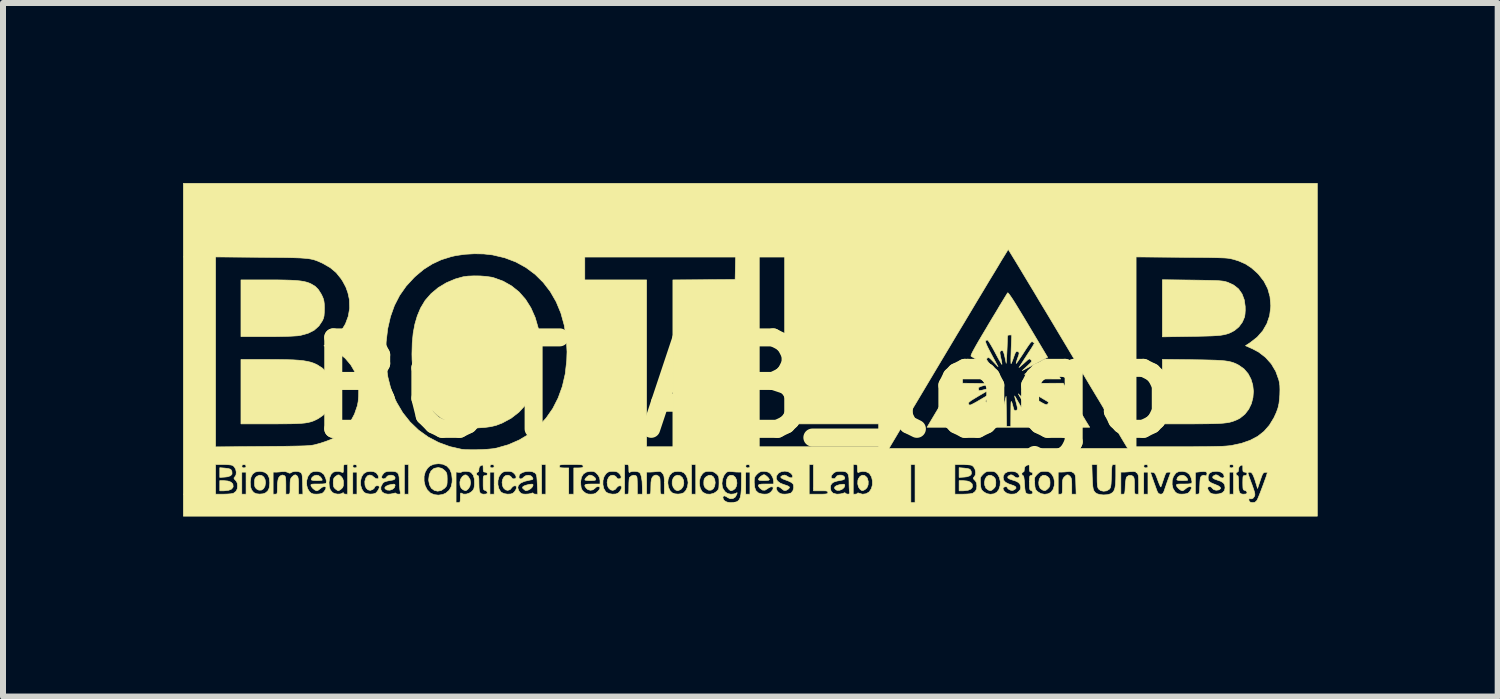
<source format=kicad_pcb>
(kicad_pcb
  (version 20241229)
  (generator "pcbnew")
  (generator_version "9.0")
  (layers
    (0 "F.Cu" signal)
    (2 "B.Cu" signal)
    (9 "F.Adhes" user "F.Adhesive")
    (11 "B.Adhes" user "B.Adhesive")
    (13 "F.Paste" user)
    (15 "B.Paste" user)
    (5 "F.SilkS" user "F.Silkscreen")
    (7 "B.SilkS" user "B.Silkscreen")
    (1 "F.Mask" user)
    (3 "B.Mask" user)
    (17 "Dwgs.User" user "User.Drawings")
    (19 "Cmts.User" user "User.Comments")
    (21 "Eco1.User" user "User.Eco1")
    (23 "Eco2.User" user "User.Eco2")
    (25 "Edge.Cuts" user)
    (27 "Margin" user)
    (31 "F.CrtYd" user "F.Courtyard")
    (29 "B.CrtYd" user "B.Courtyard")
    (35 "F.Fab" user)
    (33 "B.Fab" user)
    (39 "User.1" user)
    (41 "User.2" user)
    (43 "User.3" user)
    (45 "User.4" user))
  (footprint "BOTLAB_logo"
    (layer "F.Cu")
    (at 9.361 3.406)
    (property "Reference" "BOTLAB_logo" (at 0 0 0) (layer "F.SilkS") (effects (font (size 1.524 1.524) (thickness 0.3))))
    (attr through_hole)
    (fp_poly (pts (xy -8.663 1.344) (xy -8.609 1.351) (xy -8.577 1.36) (xy -8.558 1.375) (xy -8.547 1.401) (xy -8.546 1.405) (xy -8.545 1.443) (xy -8.569 1.471) (xy -8.62 1.488) (xy -8.662 1.493) (xy -8.749 1.499) (xy -8.749 1.337) (xy -8.663 1.344)) (stroke (width 0.01) (type solid)) (fill yes) (layer "F.SilkS"))
    (fp_poly (pts (xy -8.614 1.559) (xy -8.561 1.578) (xy -8.531 1.609) (xy -8.526 1.65) (xy -8.529 1.663) (xy -8.553 1.693) (xy -8.6 1.713) (xy -8.667 1.721) (xy -8.679 1.722) (xy -8.749 1.722) (xy -8.749 1.552) (xy -8.687 1.552) (xy -8.614 1.559)) (stroke (width 0.01) (type solid)) (fill yes) (layer "F.SilkS"))
    (fp_poly (pts (xy 3.656 1.344) (xy 3.71 1.351) (xy 3.742 1.36) (xy 3.761 1.375) (xy 3.772 1.401) (xy 3.773 1.405) (xy 3.774 1.443) (xy 3.75 1.471) (xy 3.699 1.488) (xy 3.657 1.493) (xy 3.57 1.499) (xy 3.57 1.337) (xy 3.656 1.344)) (stroke (width 0.01) (type solid)) (fill yes) (layer "F.SilkS"))
    (fp_poly (pts (xy 3.705 1.559) (xy 3.758 1.578) (xy 3.788 1.609) (xy 3.793 1.65) (xy 3.79 1.663) (xy 3.766 1.693) (xy 3.719 1.713) (xy 3.652 1.721) (xy 3.64 1.722) (xy 3.57 1.722) (xy 3.57 1.552) (xy 3.632 1.552) (xy 3.705 1.559)) (stroke (width 0.01) (type solid)) (fill yes) (layer "F.SilkS"))
    (fp_poly (pts (xy -7.107 1.467) (xy -7.075 1.488) (xy -7.05 1.519) (xy -7.041 1.544) (xy -7.054 1.548) (xy -7.088 1.551) (xy -7.133 1.552) (xy -7.188 1.55) (xy -7.218 1.543) (xy -7.225 1.535) (xy -7.212 1.499) (xy -7.18 1.473) (xy -7.139 1.462) (xy -7.107 1.467)) (stroke (width 0.01) (type solid)) (fill yes) (layer "F.SilkS"))
    (fp_poly (pts (xy 7.315 1.467) (xy 7.347 1.488) (xy 7.372 1.519) (xy 7.38 1.544) (xy 7.367 1.548) (xy 7.334 1.551) (xy 7.288 1.552) (xy 7.233 1.55) (xy 7.204 1.543) (xy 7.197 1.535) (xy 7.21 1.499) (xy 7.241 1.473) (xy 7.283 1.462) (xy 7.315 1.467)) (stroke (width 0.01) (type solid)) (fill yes) (layer "F.SilkS"))
    (fp_poly (pts (xy -5.833 1.615) (xy -5.828 1.629) (xy -5.828 1.633) (xy -5.84 1.67) (xy -5.872 1.697) (xy -5.915 1.712) (xy -5.959 1.709) (xy -5.965 1.707) (xy -5.995 1.688) (xy -5.998 1.667) (xy -5.978 1.646) (xy -5.937 1.627) (xy -5.888 1.616) (xy -5.85 1.611) (xy -5.833 1.615)) (stroke (width 0.01) (type solid)) (fill yes) (layer "F.SilkS"))
    (fp_poly (pts (xy 1.658 1.615) (xy 1.665 1.627) (xy 1.665 1.634) (xy 1.653 1.668) (xy 1.621 1.696) (xy 1.58 1.713) (xy 1.539 1.714) (xy 1.52 1.707) (xy 1.496 1.683) (xy 1.497 1.659) (xy 1.523 1.638) (xy 1.57 1.622) (xy 1.598 1.617) (xy 1.639 1.612) (xy 1.658 1.615)) (stroke (width 0.01) (type solid)) (fill yes) (layer "F.SilkS"))
    (fp_poly (pts (xy -2.557 1.464) (xy -2.522 1.482) (xy -2.494 1.507) (xy -2.484 1.532) (xy -2.491 1.544) (xy -2.515 1.55) (xy -2.562 1.552) (xy -2.575 1.552) (xy -2.622 1.55) (xy -2.655 1.546) (xy -2.667 1.54) (xy -2.656 1.516) (xy -2.631 1.488) (xy -2.6 1.466) (xy -2.588 1.461) (xy -2.557 1.464)) (stroke (width 0.01) (type solid)) (fill yes) (layer "F.SilkS"))
    (fp_poly (pts (xy -0.56 1.465) (xy -0.525 1.489) (xy -0.502 1.533) (xy -0.494 1.587) (xy -0.503 1.646) (xy -0.527 1.688) (xy -0.562 1.711) (xy -0.604 1.711) (xy -0.644 1.688) (xy -0.67 1.66) (xy -0.682 1.628) (xy -0.684 1.587) (xy -0.681 1.542) (xy -0.668 1.511) (xy -0.644 1.487) (xy -0.601 1.464) (xy -0.56 1.465)) (stroke (width 0.01) (type solid)) (fill yes) (layer "F.SilkS"))
    (fp_poly (pts (xy 0.343 1.463) (xy 0.372 1.486) (xy 0.398 1.514) (xy 0.409 1.536) (xy 0.409 1.537) (xy 0.396 1.546) (xy 0.36 1.551) (xy 0.318 1.552) (xy 0.265 1.551) (xy 0.237 1.545) (xy 0.226 1.535) (xy 0.226 1.532) (xy 0.237 1.509) (xy 0.263 1.483) (xy 0.295 1.462) (xy 0.32 1.453) (xy 0.343 1.463)) (stroke (width 0.01) (type solid)) (fill yes) (layer "F.SilkS"))
    (fp_poly (pts (xy -8.049 1.467) (xy -8.015 1.493) (xy -7.993 1.538) (xy -7.987 1.587) (xy -7.996 1.645) (xy -8.02 1.687) (xy -8.055 1.71) (xy -8.097 1.711) (xy -8.133 1.693) (xy -8.155 1.671) (xy -8.167 1.644) (xy -8.17 1.603) (xy -8.17 1.587) (xy -8.168 1.54) (xy -8.16 1.511) (xy -8.14 1.489) (xy -8.133 1.482) (xy -8.09 1.462) (xy -8.049 1.467)) (stroke (width 0.01) (type solid)) (fill yes) (layer "F.SilkS"))
    (fp_poly (pts (xy -4.619 1.476) (xy -4.607 1.488) (xy -4.579 1.534) (xy -4.57 1.59) (xy -4.581 1.646) (xy -4.607 1.687) (xy -4.635 1.712) (xy -4.656 1.719) (xy -4.685 1.709) (xy -4.695 1.705) (xy -4.728 1.675) (xy -4.746 1.629) (xy -4.748 1.576) (xy -4.735 1.526) (xy -4.707 1.485) (xy -4.703 1.481) (xy -4.67 1.459) (xy -4.646 1.457) (xy -4.619 1.476)) (stroke (width 0.01) (type solid)) (fill yes) (layer "F.SilkS"))
    (fp_poly (pts (xy -3.533 1.613) (xy -3.532 1.614) (xy -3.53 1.633) (xy -3.544 1.661) (xy -3.569 1.687) (xy -3.599 1.705) (xy -3.599 1.706) (xy -3.632 1.717) (xy -3.65 1.719) (xy -3.665 1.711) (xy -3.683 1.696) (xy -3.704 1.676) (xy -3.703 1.661) (xy -3.693 1.649) (xy -3.67 1.637) (xy -3.633 1.625) (xy -3.591 1.615) (xy -3.554 1.611) (xy -3.533 1.613)) (stroke (width 0.01) (type solid)) (fill yes) (layer "F.SilkS"))
    (fp_poly (pts (xy -0.204 1.465) (xy -0.191 1.47) (xy -0.158 1.499) (xy -0.138 1.543) (xy -0.132 1.595) (xy -0.141 1.645) (xy -0.163 1.686) (xy -0.193 1.708) (xy -0.222 1.719) (xy -0.241 1.718) (xy -0.261 1.702) (xy -0.276 1.687) (xy -0.302 1.649) (xy -0.31 1.6) (xy -0.31 1.594) (xy -0.302 1.531) (xy -0.28 1.487) (xy -0.247 1.464) (xy -0.204 1.465)) (stroke (width 0.01) (type solid)) (fill yes) (layer "F.SilkS"))
    (fp_poly (pts (xy 1.996 1.467) (xy 2.03 1.496) (xy 2.04 1.511) (xy 2.056 1.566) (xy 2.054 1.622) (xy 2.034 1.671) (xy 1.999 1.704) (xy 1.995 1.705) (xy 1.967 1.718) (xy 1.95 1.718) (xy 1.93 1.705) (xy 1.92 1.697) (xy 1.894 1.659) (xy 1.881 1.607) (xy 1.883 1.551) (xy 1.891 1.523) (xy 1.92 1.481) (xy 1.957 1.462) (xy 1.996 1.467)) (stroke (width 0.01) (type solid)) (fill yes) (layer "F.SilkS"))
    (fp_poly (pts (xy 4.105 1.465) (xy 4.143 1.486) (xy 4.168 1.513) (xy 4.179 1.544) (xy 4.182 1.587) (xy 4.179 1.634) (xy 4.166 1.664) (xy 4.143 1.689) (xy 4.114 1.712) (xy 4.093 1.719) (xy 4.068 1.713) (xy 4.054 1.707) (xy 4.017 1.679) (xy 3.997 1.629) (xy 3.993 1.583) (xy 4.003 1.527) (xy 4.028 1.486) (xy 4.064 1.464) (xy 4.105 1.465)) (stroke (width 0.01) (type solid)) (fill yes) (layer "F.SilkS"))
    (fp_poly (pts (xy 5.008 1.465) (xy 5.046 1.486) (xy 5.071 1.513) (xy 5.082 1.544) (xy 5.085 1.587) (xy 5.082 1.634) (xy 5.069 1.664) (xy 5.046 1.689) (xy 5.017 1.712) (xy 4.996 1.719) (xy 4.971 1.713) (xy 4.957 1.707) (xy 4.92 1.679) (xy 4.9 1.629) (xy 4.897 1.583) (xy 4.906 1.527) (xy 4.931 1.486) (xy 4.967 1.464) (xy 5.008 1.465)) (stroke (width 0.01) (type solid)) (fill yes) (layer "F.SilkS"))
    (fp_poly (pts (xy -1.083 1.469) (xy -1.08 1.47) (xy -1.043 1.501) (xy -1.022 1.546) (xy -1.017 1.598) (xy -1.029 1.649) (xy -1.057 1.69) (xy -1.082 1.706) (xy -1.108 1.717) (xy -1.119 1.72) (xy -1.133 1.715) (xy -1.147 1.712) (xy -1.17 1.695) (xy -1.192 1.665) (xy -1.193 1.665) (xy -1.211 1.61) (xy -1.21 1.557) (xy -1.194 1.511) (xy -1.166 1.478) (xy -1.127 1.462) (xy -1.083 1.469)) (stroke (width 0.01) (type solid)) (fill yes) (layer "F.SilkS"))
    (fp_poly (pts (xy -5.049 1.348) (xy -5 1.385) (xy -4.979 1.41) (xy -4.967 1.434) (xy -4.962 1.467) (xy -4.96 1.518) (xy -4.96 1.532) (xy -4.961 1.587) (xy -4.965 1.622) (xy -4.975 1.647) (xy -4.994 1.669) (xy -5.002 1.678) (xy -5.059 1.717) (xy -5.119 1.728) (xy -5.174 1.715) (xy -5.222 1.68) (xy -5.254 1.623) (xy -5.268 1.551) (xy -5.268 1.531) (xy -5.258 1.453) (xy -5.229 1.392) (xy -5.184 1.352) (xy -5.172 1.347) (xy -5.108 1.334) (xy -5.049 1.348)) (stroke (width 0.01) (type solid)) (fill yes) (layer "F.SilkS"))
    (fp_poly (pts (xy -6.737 1.475) (xy -6.723 1.488) (xy -6.701 1.518) (xy -6.69 1.555) (xy -6.689 1.593) (xy -6.691 1.639) (xy -6.702 1.668) (xy -6.725 1.691) (xy -6.726 1.692) (xy -6.754 1.712) (xy -6.773 1.721) (xy -6.773 1.722) (xy -6.79 1.714) (xy -6.818 1.694) (xy -6.821 1.692) (xy -6.843 1.67) (xy -6.854 1.644) (xy -6.858 1.602) (xy -6.858 1.587) (xy -6.856 1.54) (xy -6.847 1.511) (xy -6.828 1.489) (xy -6.821 1.483) (xy -6.787 1.46) (xy -6.763 1.457) (xy -6.737 1.475)) (stroke (width 0.01) (type solid)) (fill yes) (layer "F.SilkS"))
    (fp_poly (pts (xy 5.17 -0.295) (xy 5.262 -0.141) (xy 4.963 -0.142) (xy 4.664 -0.144) (xy 4.773 -0.172) (xy 4.83 -0.189) (xy 4.864 -0.202) (xy 4.88 -0.216) (xy 4.882 -0.227) (xy 4.879 -0.248) (xy 4.865 -0.259) (xy 4.836 -0.258) (xy 4.787 -0.248) (xy 4.761 -0.241) (xy 4.713 -0.228) (xy 4.677 -0.22) (xy 4.66 -0.218) (xy 4.66 -0.218) (xy 4.67 -0.226) (xy 4.699 -0.243) (xy 4.744 -0.268) (xy 4.781 -0.287) (xy 4.847 -0.322) (xy 4.916 -0.358) (xy 4.975 -0.391) (xy 4.992 -0.4) (xy 5.078 -0.449) (xy 5.17 -0.295)) (stroke (width 0.01) (type solid)) (fill yes) (layer "F.SilkS"))
    (fp_poly (pts (xy -7.774 -0.465) (xy -7.641 -0.463) (xy -7.529 -0.46) (xy -7.436 -0.454) (xy -7.359 -0.446) (xy -7.294 -0.435) (xy -7.237 -0.422) (xy -7.186 -0.405) (xy -7.138 -0.384) (xy -7.13 -0.38) (xy -7.036 -0.32) (xy -6.963 -0.241) (xy -6.912 -0.144) (xy -6.882 -0.029) (xy -6.875 0.044) (xy -6.88 0.171) (xy -6.907 0.284) (xy -6.956 0.382) (xy -7.026 0.462) (xy -7.109 0.519) (xy -7.15 0.54) (xy -7.19 0.558) (xy -7.231 0.572) (xy -7.276 0.583) (xy -7.329 0.592) (xy -7.393 0.598) (xy -7.472 0.602) (xy -7.567 0.605) (xy -7.683 0.606) (xy -7.823 0.607) (xy -7.885 0.607) (xy -8.396 0.607) (xy -8.396 -0.466) (xy -7.932 -0.466) (xy -7.774 -0.465)) (stroke (width 0.01) (type solid)) (fill yes) (layer "F.SilkS"))
    (fp_poly (pts (xy 7.468 -0.462) (xy 7.618 -0.46) (xy 7.743 -0.457) (xy 7.846 -0.454) (xy 7.93 -0.449) (xy 7.999 -0.443) (xy 8.055 -0.435) (xy 8.103 -0.424) (xy 8.144 -0.411) (xy 8.183 -0.395) (xy 8.222 -0.375) (xy 8.231 -0.37) (xy 8.317 -0.309) (xy 8.385 -0.23) (xy 8.433 -0.139) (xy 8.463 -0.04) (xy 8.474 0.064) (xy 8.466 0.169) (xy 8.44 0.27) (xy 8.395 0.363) (xy 8.333 0.444) (xy 8.252 0.51) (xy 8.206 0.535) (xy 8.165 0.552) (xy 8.125 0.567) (xy 8.081 0.579) (xy 8.031 0.588) (xy 7.97 0.595) (xy 7.897 0.6) (xy 7.808 0.603) (xy 7.7 0.605) (xy 7.569 0.606) (xy 7.454 0.607) (xy 6.957 0.607) (xy 6.957 -0.468) (xy 7.468 -0.462)) (stroke (width 0.01) (type solid)) (fill yes) (layer "F.SilkS"))
    (fp_poly (pts (xy 7.454 -1.789) (xy 7.587 -1.787) (xy 7.696 -1.785) (xy 7.782 -1.783) (xy 7.85 -1.781) (xy 7.904 -1.778) (xy 7.945 -1.774) (xy 7.978 -1.77) (xy 8.006 -1.764) (xy 8.032 -1.756) (xy 8.044 -1.753) (xy 8.145 -1.706) (xy 8.226 -1.642) (xy 8.284 -1.559) (xy 8.322 -1.458) (xy 8.337 -1.349) (xy 8.338 -1.286) (xy 8.334 -1.226) (xy 8.328 -1.18) (xy 8.327 -1.176) (xy 8.29 -1.089) (xy 8.232 -1.01) (xy 8.159 -0.949) (xy 8.144 -0.941) (xy 8.105 -0.92) (xy 8.068 -0.903) (xy 8.028 -0.89) (xy 7.983 -0.879) (xy 7.93 -0.87) (xy 7.864 -0.864) (xy 7.783 -0.859) (xy 7.684 -0.856) (xy 7.563 -0.853) (xy 7.433 -0.851) (xy 6.957 -0.843) (xy 6.957 -1.795) (xy 7.454 -1.789)) (stroke (width 0.01) (type solid)) (fill yes) (layer "F.SilkS"))
    (fp_poly (pts (xy -7.799 -1.792) (xy -7.671 -1.79) (xy -7.566 -1.787) (xy -7.479 -1.782) (xy -7.408 -1.775) (xy -7.35 -1.766) (xy -7.301 -1.754) (xy -7.257 -1.739) (xy -7.229 -1.726) (xy -7.161 -1.686) (xy -7.107 -1.632) (xy -7.06 -1.558) (xy -7.043 -1.524) (xy -7.025 -1.482) (xy -7.014 -1.442) (xy -7.008 -1.395) (xy -7.006 -1.332) (xy -7.006 -1.312) (xy -7.008 -1.242) (xy -7.012 -1.191) (xy -7.022 -1.151) (xy -7.038 -1.114) (xy -7.097 -1.025) (xy -7.176 -0.954) (xy -7.277 -0.903) (xy -7.399 -0.869) (xy -7.45 -0.861) (xy -7.496 -0.858) (xy -7.565 -0.854) (xy -7.652 -0.851) (xy -7.753 -0.849) (xy -7.862 -0.847) (xy -7.974 -0.847) (xy -7.983 -0.847) (xy -8.396 -0.847) (xy -8.396 -1.792) (xy -7.951 -1.792) (xy -7.799 -1.792)) (stroke (width 0.01) (type solid)) (fill yes) (layer "F.SilkS"))
    (fp_poly (pts (xy -4.411 -1.858) (xy -4.309 -1.85) (xy -4.219 -1.837) (xy -4.184 -1.828) (xy -4.027 -1.771) (xy -3.886 -1.691) (xy -3.761 -1.59) (xy -3.654 -1.468) (xy -3.565 -1.327) (xy -3.494 -1.167) (xy -3.443 -0.991) (xy -3.411 -0.798) (xy -3.401 -0.593) (xy -3.411 -0.38) (xy -3.442 -0.184) (xy -3.494 -0.006) (xy -3.565 0.153) (xy -3.656 0.293) (xy -3.766 0.413) (xy -3.895 0.513) (xy -4.042 0.592) (xy -4.146 0.632) (xy -4.234 0.653) (xy -4.339 0.667) (xy -4.453 0.674) (xy -4.567 0.673) (xy -4.67 0.664) (xy -4.72 0.655) (xy -4.778 0.639) (xy -4.848 0.614) (xy -4.921 0.584) (xy -4.953 0.569) (xy -5.015 0.537) (xy -5.066 0.506) (xy -5.113 0.471) (xy -5.164 0.425) (xy -5.214 0.376) (xy -5.315 0.262) (xy -5.396 0.143) (xy -5.458 0.014) (xy -5.503 -0.127) (xy -5.532 -0.284) (xy -5.545 -0.461) (xy -5.547 -0.557) (xy -5.542 -0.744) (xy -5.526 -0.908) (xy -5.498 -1.056) (xy -5.458 -1.192) (xy -5.404 -1.321) (xy -5.402 -1.325) (xy -5.327 -1.45) (xy -5.228 -1.563) (xy -5.11 -1.662) (xy -4.974 -1.744) (xy -4.826 -1.807) (xy -4.694 -1.844) (xy -4.614 -1.855) (xy -4.516 -1.859) (xy -4.411 -1.858)) (stroke (width 0.01) (type solid)) (fill yes) (layer "F.SilkS"))
    (fp_poly (pts (xy 4.387 -1.574) (xy 4.403 -1.555) (xy 4.429 -1.519) (xy 4.466 -1.464) (xy 4.513 -1.389) (xy 4.572 -1.292) (xy 4.644 -1.174) (xy 4.719 -1.049) (xy 5.045 -0.502) (xy 4.953 -0.454) (xy 4.896 -0.424) (xy 4.828 -0.388) (xy 4.759 -0.352) (xy 4.741 -0.343) (xy 4.621 -0.28) (xy 4.706 -0.358) (xy 4.747 -0.397) (xy 4.771 -0.422) (xy 4.779 -0.438) (xy 4.775 -0.451) (xy 4.766 -0.461) (xy 4.749 -0.475) (xy 4.734 -0.474) (xy 4.711 -0.458) (xy 4.696 -0.444) (xy 4.655 -0.407) (xy 4.615 -0.372) (xy 4.609 -0.367) (xy 4.568 -0.332) (xy 4.617 -0.409) (xy 4.647 -0.456) (xy 4.686 -0.516) (xy 4.728 -0.581) (xy 4.748 -0.611) (xy 4.781 -0.662) (xy 4.806 -0.704) (xy 4.821 -0.731) (xy 4.824 -0.739) (xy 4.81 -0.749) (xy 4.796 -0.759) (xy 4.786 -0.763) (xy 4.773 -0.758) (xy 4.756 -0.741) (xy 4.731 -0.708) (xy 4.697 -0.658) (xy 4.65 -0.586) (xy 4.65 -0.585) (xy 4.608 -0.521) (xy 4.571 -0.467) (xy 4.543 -0.426) (xy 4.525 -0.403) (xy 4.521 -0.399) (xy 4.523 -0.414) (xy 4.532 -0.448) (xy 4.547 -0.492) (xy 4.564 -0.54) (xy 4.57 -0.569) (xy 4.567 -0.584) (xy 4.558 -0.593) (xy 4.537 -0.602) (xy 4.521 -0.597) (xy 4.505 -0.573) (xy 4.487 -0.527) (xy 4.478 -0.501) (xy 4.461 -0.453) (xy 4.446 -0.416) (xy 4.437 -0.397) (xy 4.436 -0.396) (xy 4.434 -0.407) (xy 4.433 -0.441) (xy 4.433 -0.495) (xy 4.435 -0.564) (xy 4.437 -0.631) (xy 4.447 -0.875) (xy 4.411 -0.875) (xy 4.39 -0.873) (xy 4.379 -0.862) (xy 4.375 -0.835) (xy 4.374 -0.801) (xy 4.373 -0.756) (xy 4.371 -0.692) (xy 4.368 -0.619) (xy 4.365 -0.564) (xy 4.355 -0.402) (xy 4.333 -0.507) (xy 4.318 -0.566) (xy 4.305 -0.601) (xy 4.29 -0.616) (xy 4.272 -0.613) (xy 4.263 -0.608) (xy 4.253 -0.598) (xy 4.25 -0.579) (xy 4.254 -0.546) (xy 4.265 -0.492) (xy 4.276 -0.442) (xy 4.282 -0.404) (xy 4.283 -0.385) (xy 4.283 -0.384) (xy 4.275 -0.394) (xy 4.257 -0.425) (xy 4.229 -0.473) (xy 4.196 -0.534) (xy 4.169 -0.585) (xy 4.132 -0.653) (xy 4.098 -0.712) (xy 4.07 -0.757) (xy 4.051 -0.784) (xy 4.044 -0.79) (xy 4.024 -0.787) (xy 4.012 -0.778) (xy 4.011 -0.759) (xy 4.021 -0.728) (xy 4.042 -0.68) (xy 4.076 -0.613) (xy 4.106 -0.557) (xy 4.219 -0.346) (xy 4.14 -0.429) (xy 4.101 -0.469) (xy 4.075 -0.492) (xy 4.059 -0.5) (xy 4.046 -0.495) (xy 4.039 -0.489) (xy 4.029 -0.476) (xy 4.03 -0.461) (xy 4.043 -0.439) (xy 4.071 -0.404) (xy 4.091 -0.381) (xy 4.125 -0.341) (xy 4.15 -0.309) (xy 4.161 -0.292) (xy 4.161 -0.291) (xy 4.148 -0.296) (xy 4.115 -0.314) (xy 4.066 -0.342) (xy 4.007 -0.377) (xy 3.972 -0.398) (xy 3.907 -0.438) (xy 3.849 -0.473) (xy 3.804 -0.5) (xy 3.775 -0.517) (xy 3.769 -0.521) (xy 3.768 -0.529) (xy 3.774 -0.549) (xy 3.789 -0.582) (xy 3.814 -0.629) (xy 3.85 -0.694) (xy 3.897 -0.776) (xy 3.958 -0.879) (xy 4.032 -1.003) (xy 4.057 -1.046) (xy 4.123 -1.156) (xy 4.185 -1.258) (xy 4.24 -1.351) (xy 4.289 -1.431) (xy 4.329 -1.497) (xy 4.358 -1.544) (xy 4.375 -1.572) (xy 4.379 -1.577) (xy 4.387 -1.574)) (stroke (width 0.01) (type solid)) (fill yes) (layer "F.SilkS"))
    (fp_poly (pts (xy 3.916 -0.354) (xy 3.982 -0.314) (xy 4.039 -0.279) (xy 4.083 -0.251) (xy 4.109 -0.234) (xy 4.115 -0.23) (xy 4.101 -0.232) (xy 4.067 -0.241) (xy 4.021 -0.254) (xy 4.021 -0.254) (xy 3.961 -0.272) (xy 3.924 -0.28) (xy 3.903 -0.278) (xy 3.896 -0.268) (xy 3.897 -0.251) (xy 3.905 -0.232) (xy 3.926 -0.216) (xy 3.967 -0.2) (xy 3.996 -0.191) (xy 4.045 -0.175) (xy 4.082 -0.161) (xy 4.101 -0.152) (xy 4.101 -0.152) (xy 4.091 -0.148) (xy 4.057 -0.145) (xy 4.004 -0.143) (xy 3.935 -0.142) (xy 3.869 -0.141) (xy 3.627 -0.141) (xy 3.627 -0.071) (xy 4.099 -0.064) (xy 3.993 -0.035) (xy 3.94 -0.02) (xy 3.908 -0.007) (xy 3.894 0.005) (xy 3.892 0.02) (xy 3.892 0.021) (xy 3.898 0.046) (xy 3.901 0.054) (xy 3.916 0.052) (xy 3.951 0.046) (xy 4 0.034) (xy 4.017 0.03) (xy 4.064 0.019) (xy 4.097 0.013) (xy 4.108 0.014) (xy 4.106 0.016) (xy 4.087 0.028) (xy 4.048 0.051) (xy 3.995 0.083) (xy 3.932 0.12) (xy 3.899 0.139) (xy 3.828 0.182) (xy 3.777 0.213) (xy 3.746 0.236) (xy 3.729 0.252) (xy 3.725 0.265) (xy 3.727 0.272) (xy 3.733 0.283) (xy 3.738 0.29) (xy 3.746 0.294) (xy 3.759 0.292) (xy 3.78 0.283) (xy 3.812 0.267) (xy 3.858 0.242) (xy 3.919 0.206) (xy 3.999 0.159) (xy 4.101 0.098) (xy 4.106 0.095) (xy 4.129 0.083) (xy 4.136 0.082) (xy 4.126 0.096) (xy 4.098 0.126) (xy 4.079 0.146) (xy 4.04 0.186) (xy 4.019 0.212) (xy 4.013 0.229) (xy 4.018 0.242) (xy 4.026 0.25) (xy 4.039 0.26) (xy 4.052 0.261) (xy 4.072 0.25) (xy 4.102 0.223) (xy 4.137 0.19) (xy 4.174 0.154) (xy 4.202 0.129) (xy 4.216 0.119) (xy 4.216 0.12) (xy 4.207 0.137) (xy 4.187 0.173) (xy 4.158 0.225) (xy 4.123 0.288) (xy 4.101 0.326) (xy 4.064 0.393) (xy 4.033 0.452) (xy 4.009 0.498) (xy 3.996 0.526) (xy 3.993 0.533) (xy 4.005 0.548) (xy 4.028 0.562) (xy 4.042 0.564) (xy 4.05 0.553) (xy 4.069 0.521) (xy 4.097 0.472) (xy 4.132 0.411) (xy 4.157 0.368) (xy 4.194 0.301) (xy 4.227 0.245) (xy 4.252 0.203) (xy 4.268 0.179) (xy 4.271 0.175) (xy 4.27 0.189) (xy 4.262 0.223) (xy 4.25 0.27) (xy 4.249 0.274) (xy 4.222 0.369) (xy 4.253 0.38) (xy 4.27 0.385) (xy 4.283 0.382) (xy 4.295 0.366) (xy 4.306 0.332) (xy 4.321 0.277) (xy 4.327 0.254) (xy 4.353 0.148) (xy 4.357 0.399) (xy 4.361 0.649) (xy 4.431 0.649) (xy 4.432 0.42) (xy 4.433 0.334) (xy 4.434 0.275) (xy 4.436 0.242) (xy 4.441 0.233) (xy 4.448 0.247) (xy 4.459 0.282) (xy 4.474 0.338) (xy 4.474 0.341) (xy 4.486 0.375) (xy 4.501 0.387) (xy 4.516 0.385) (xy 4.533 0.377) (xy 4.541 0.361) (xy 4.54 0.332) (xy 4.53 0.285) (xy 4.517 0.236) (xy 4.505 0.189) (xy 4.497 0.155) (xy 4.495 0.141) (xy 4.495 0.141) (xy 4.503 0.153) (xy 4.522 0.185) (xy 4.55 0.234) (xy 4.585 0.295) (xy 4.614 0.346) (xy 4.654 0.414) (xy 4.688 0.474) (xy 4.716 0.52) (xy 4.735 0.549) (xy 4.741 0.557) (xy 4.759 0.555) (xy 4.775 0.546) (xy 4.782 0.538) (xy 4.783 0.525) (xy 4.776 0.503) (xy 4.761 0.469) (xy 4.734 0.419) (xy 4.696 0.35) (xy 4.677 0.318) (xy 4.556 0.106) (xy 4.641 0.189) (xy 4.684 0.23) (xy 4.712 0.253) (xy 4.731 0.261) (xy 4.745 0.257) (xy 4.748 0.255) (xy 4.756 0.243) (xy 4.755 0.228) (xy 4.739 0.204) (xy 4.708 0.166) (xy 4.691 0.146) (xy 4.612 0.056) (xy 4.82 0.179) (xy 4.895 0.223) (xy 4.951 0.255) (xy 4.989 0.275) (xy 5.014 0.285) (xy 5.03 0.287) (xy 5.04 0.282) (xy 5.046 0.275) (xy 5.06 0.253) (xy 5.062 0.245) (xy 5.049 0.237) (xy 5.016 0.217) (xy 4.967 0.188) (xy 4.906 0.151) (xy 4.854 0.121) (xy 4.787 0.081) (xy 4.731 0.047) (xy 4.688 0.02) (xy 4.664 0.004) (xy 4.659 0) (xy 4.676 0.004) (xy 4.712 0.014) (xy 4.76 0.028) (xy 4.761 0.029) (xy 4.82 0.045) (xy 4.856 0.049) (xy 4.876 0.041) (xy 4.882 0.021) (xy 4.882 0.015) (xy 4.875 -0.000314) (xy 4.851 -0.015) (xy 4.806 -0.031) (xy 4.78 -0.039) (xy 4.678 -0.068) (xy 5.304 -0.071) (xy 5.505 0.265) (xy 5.559 0.354) (xy 5.608 0.436) (xy 5.652 0.509) (xy 5.687 0.568) (xy 5.713 0.61) (xy 5.726 0.631) (xy 5.726 0.631) (xy 5.746 0.663) (xy 3.036 0.663) (xy 3.375 0.094) (xy 3.715 -0.475) (xy 3.916 -0.354)) (stroke (width 0.01) (type solid)) (fill yes) (layer "F.SilkS"))
    (fp_poly (pts (xy 9.539 2.145) (xy -9.356 2.145) (xy -9.356 1.284) (xy -8.819 1.284) (xy -8.819 1.778) (xy -8.684 1.778) (xy -8.621 1.776) (xy -8.566 1.772) (xy -8.528 1.765) (xy -8.519 1.762) (xy -8.479 1.731) (xy -8.458 1.69) (xy -8.453 1.64) (xy -8.458 1.592) (xy -8.476 1.559) (xy -8.488 1.546) (xy -8.51 1.522) (xy -8.512 1.507) (xy -8.503 1.497) (xy -8.479 1.46) (xy -8.474 1.413) (xy -8.474 1.411) (xy -8.382 1.411) (xy -8.382 1.778) (xy -8.311 1.778) (xy -8.311 1.587) (xy -8.241 1.587) (xy -8.236 1.657) (xy -8.219 1.707) (xy -8.187 1.746) (xy -8.179 1.753) (xy -8.139 1.771) (xy -8.085 1.777) (xy -8.028 1.772) (xy -7.989 1.758) (xy -7.95 1.726) (xy -7.926 1.677) (xy -7.917 1.607) (xy -7.916 1.585) (xy -7.925 1.507) (xy -7.951 1.451) (xy -7.995 1.415) (xy -8.013 1.41) (xy -7.86 1.41) (xy -7.86 1.778) (xy -7.825 1.778) (xy -7.806 1.777) (xy -7.795 1.768) (xy -7.791 1.746) (xy -7.789 1.705) (xy -7.789 1.681) (xy -7.787 1.599) (xy -7.779 1.541) (xy -7.766 1.502) (xy -7.744 1.476) (xy -7.739 1.473) (xy -7.707 1.459) (xy -7.677 1.467) (xy -7.664 1.476) (xy -7.656 1.491) (xy -7.651 1.517) (xy -7.649 1.56) (xy -7.648 1.625) (xy -7.648 1.63) (xy -7.648 1.778) (xy -7.613 1.778) (xy -7.596 1.777) (xy -7.586 1.77) (xy -7.58 1.753) (xy -7.578 1.719) (xy -7.578 1.663) (xy -7.578 1.65) (xy -7.577 1.588) (xy -7.574 1.548) (xy -7.567 1.521) (xy -7.555 1.501) (xy -7.543 1.488) (xy -7.511 1.461) (xy -7.487 1.456) (xy -7.463 1.471) (xy -7.459 1.476) (xy -7.448 1.493) (xy -7.441 1.524) (xy -7.437 1.573) (xy -7.437 1.638) (xy -7.437 1.778) (xy -7.364 1.778) (xy -7.368 1.618) (xy -7.303 1.618) (xy -7.287 1.683) (xy -7.254 1.737) (xy -7.252 1.739) (xy -7.222 1.764) (xy -7.189 1.775) (xy -7.14 1.778) (xy -7.093 1.775) (xy -7.054 1.768) (xy -7.041 1.763) (xy -7.018 1.743) (xy -6.996 1.713) (xy -6.981 1.683) (xy -6.979 1.662) (xy -6.981 1.66) (xy -7.008 1.651) (xy -7.044 1.662) (xy -7.075 1.686) (xy -7.105 1.71) (xy -7.129 1.721) (xy -7.131 1.722) (xy -7.161 1.711) (xy -7.195 1.685) (xy -7.221 1.654) (xy -7.229 1.637) (xy -7.231 1.624) (xy -7.225 1.616) (xy -7.205 1.611) (xy -7.168 1.609) (xy -7.108 1.609) (xy -7.104 1.609) (xy -7.038 1.608) (xy -6.997 1.604) (xy -6.976 1.594) (xy -6.974 1.588) (xy -6.929 1.588) (xy -6.924 1.657) (xy -6.907 1.707) (xy -6.875 1.746) (xy -6.867 1.753) (xy -6.832 1.769) (xy -6.787 1.777) (xy -6.742 1.775) (xy -6.709 1.764) (xy -6.706 1.761) (xy -6.692 1.751) (xy -6.689 1.761) (xy -6.677 1.774) (xy -6.653 1.778) (xy -6.618 1.778) (xy -6.618 1.411) (xy -6.533 1.411) (xy -6.533 1.778) (xy -6.463 1.778) (xy -6.463 1.558) (xy -6.404 1.558) (xy -6.402 1.628) (xy -6.383 1.692) (xy -6.35 1.742) (xy -6.334 1.755) (xy -6.295 1.77) (xy -6.244 1.777) (xy -6.193 1.774) (xy -6.154 1.762) (xy -6.149 1.759) (xy -6.126 1.734) (xy -6.106 1.703) (xy -6.065 1.703) (xy -6.043 1.742) (xy -6.001 1.769) (xy -5.948 1.778) (xy -5.9 1.775) (xy -5.858 1.767) (xy -5.85 1.764) (xy -5.821 1.758) (xy -5.814 1.764) (xy -5.802 1.774) (xy -5.772 1.778) (xy -5.745 1.776) (xy -5.737 1.765) (xy -5.743 1.736) (xy -5.744 1.732) (xy -5.75 1.696) (xy -5.755 1.642) (xy -5.757 1.581) (xy -5.757 1.57) (xy -5.76 1.497) (xy -5.77 1.448) (xy -5.791 1.418) (xy -5.827 1.402) (xy -5.882 1.397) (xy -5.899 1.397) (xy -5.951 1.399) (xy -5.985 1.407) (xy -6.01 1.423) (xy -6.019 1.432) (xy -6.046 1.468) (xy -6.054 1.499) (xy -6.041 1.519) (xy -6.02 1.524) (xy -5.991 1.516) (xy -5.978 1.503) (xy -5.956 1.477) (xy -5.922 1.463) (xy -5.884 1.462) (xy -5.85 1.473) (xy -5.83 1.496) (xy -5.828 1.509) (xy -5.835 1.529) (xy -5.862 1.542) (xy -5.881 1.545) (xy -5.943 1.556) (xy -5.983 1.566) (xy -6.009 1.576) (xy -6.028 1.591) (xy -6.039 1.605) (xy -6.065 1.655) (xy -6.065 1.703) (xy -6.106 1.703) (xy -6.104 1.7) (xy -6.091 1.668) (xy -6.09 1.648) (xy -6.11 1.638) (xy -6.137 1.638) (xy -6.16 1.647) (xy -6.167 1.658) (xy -6.177 1.68) (xy -6.2 1.7) (xy -6.242 1.715) (xy -6.28 1.705) (xy -6.31 1.676) (xy -6.329 1.629) (xy -6.332 1.571) (xy -6.331 1.561) (xy -6.315 1.507) (xy -6.287 1.472) (xy -6.251 1.459) (xy -6.212 1.469) (xy -6.19 1.488) (xy -6.155 1.515) (xy -6.126 1.524) (xy -6.106 1.515) (xy -6.102 1.49) (xy -6.112 1.464) (xy -6.141 1.424) (xy -6.181 1.404) (xy -6.237 1.397) (xy -6.304 1.407) (xy -6.353 1.437) (xy -6.387 1.49) (xy -6.404 1.558) (xy -6.463 1.558) (xy -6.463 1.411) (xy -6.533 1.411) (xy -6.618 1.411) (xy -6.618 1.312) (xy -6.533 1.312) (xy -6.525 1.334) (xy -6.498 1.341) (xy -6.471 1.334) (xy -6.463 1.312) (xy -6.471 1.29) (xy -6.498 1.284) (xy -5.673 1.284) (xy -5.673 1.778) (xy -5.602 1.778) (xy -5.602 1.56) (xy -5.345 1.56) (xy -5.327 1.638) (xy -5.292 1.706) (xy -5.24 1.758) (xy -5.237 1.76) (xy -5.177 1.786) (xy -5.106 1.794) (xy -5.035 1.784) (xy -4.981 1.76) (xy -4.927 1.713) (xy -4.894 1.655) (xy -4.878 1.581) (xy -4.876 1.53) (xy -4.886 1.437) (xy -4.898 1.408) (xy -4.812 1.408) (xy -4.812 1.919) (xy -4.777 1.919) (xy -4.757 1.917) (xy -4.747 1.908) (xy -4.742 1.884) (xy -4.741 1.839) (xy -4.741 1.832) (xy -4.74 1.784) (xy -4.736 1.761) (xy -4.728 1.758) (xy -4.724 1.761) (xy -4.69 1.777) (xy -4.643 1.777) (xy -4.594 1.762) (xy -4.555 1.738) (xy -4.53 1.712) (xy -4.515 1.685) (xy -4.508 1.648) (xy -4.504 1.606) (xy -4.507 1.523) (xy -4.526 1.459) (xy -4.543 1.439) (xy -4.473 1.439) (xy -4.464 1.462) (xy -4.452 1.468) (xy -4.442 1.472) (xy -4.435 1.49) (xy -4.432 1.526) (xy -4.431 1.585) (xy -4.431 1.595) (xy -4.429 1.671) (xy -4.424 1.722) (xy -4.412 1.755) (xy -4.391 1.772) (xy -4.36 1.778) (xy -4.346 1.778) (xy -4.309 1.775) (xy -4.293 1.765) (xy -4.29 1.751) (xy -4.303 1.726) (xy -4.325 1.716) (xy -4.342 1.71) (xy -4.353 1.699) (xy -4.358 1.678) (xy -4.36 1.64) (xy -4.36 1.587) (xy -4.36 1.529) (xy -4.358 1.494) (xy -4.352 1.476) (xy -4.342 1.469) (xy -4.325 1.468) (xy -4.297 1.461) (xy -4.29 1.439) (xy -4.298 1.417) (xy -4.325 1.411) (xy -4.247 1.411) (xy -4.247 1.778) (xy -4.177 1.778) (xy -4.177 1.619) (xy -4.115 1.619) (xy -4.1 1.683) (xy -4.07 1.735) (xy -4.055 1.749) (xy -4.011 1.769) (xy -3.955 1.778) (xy -3.899 1.775) (xy -3.866 1.763) (xy -3.841 1.742) (xy -3.819 1.709) (xy -3.804 1.676) (xy -3.804 1.671) (xy -3.784 1.671) (xy -3.767 1.719) (xy -3.753 1.741) (xy -3.729 1.764) (xy -3.701 1.775) (xy -3.656 1.778) (xy -3.653 1.778) (xy -3.606 1.775) (xy -3.567 1.768) (xy -3.555 1.763) (xy -3.533 1.756) (xy -3.528 1.763) (xy -3.516 1.774) (xy -3.489 1.778) (xy -3.45 1.778) (xy -3.458 1.614) (xy -3.462 1.542) (xy -3.466 1.494) (xy -3.472 1.462) (xy -3.481 1.442) (xy -3.494 1.427) (xy -3.499 1.423) (xy -3.54 1.404) (xy -3.593 1.397) (xy -3.65 1.401) (xy -3.703 1.416) (xy -3.743 1.439) (xy -3.759 1.461) (xy -3.765 1.499) (xy -3.752 1.521) (xy -3.727 1.525) (xy -3.696 1.506) (xy -3.684 1.493) (xy -3.65 1.47) (xy -3.607 1.463) (xy -3.567 1.472) (xy -3.547 1.489) (xy -3.531 1.515) (xy -3.534 1.531) (xy -3.56 1.54) (xy -3.588 1.545) (xy -3.674 1.565) (xy -3.736 1.593) (xy -3.773 1.629) (xy -3.784 1.671) (xy -3.804 1.671) (xy -3.803 1.652) (xy -3.803 1.651) (xy -3.825 1.637) (xy -3.854 1.642) (xy -3.878 1.662) (xy -3.88 1.665) (xy -3.912 1.702) (xy -3.951 1.715) (xy -3.989 1.705) (xy -4.022 1.673) (xy -4.037 1.639) (xy -4.045 1.582) (xy -4.036 1.532) (xy -4.014 1.491) (xy -3.983 1.467) (xy -3.945 1.462) (xy -3.914 1.474) (xy -3.89 1.495) (xy -3.881 1.51) (xy -3.868 1.521) (xy -3.845 1.524) (xy -3.818 1.515) (xy -3.81 1.491) (xy -3.823 1.458) (xy -3.845 1.432) (xy -3.874 1.409) (xy -3.909 1.399) (xy -3.952 1.397) (xy -4 1.4) (xy -4.033 1.412) (xy -4.063 1.436) (xy -4.064 1.437) (xy -4.097 1.488) (xy -4.114 1.551) (xy -4.115 1.619) (xy -4.177 1.619) (xy -4.177 1.411) (xy -4.247 1.411) (xy -4.325 1.411) (xy -4.347 1.408) (xy -4.357 1.395) (xy -4.36 1.365) (xy -4.36 1.348) (xy -4.361 1.312) (xy -4.247 1.312) (xy -4.239 1.334) (xy -4.212 1.341) (xy -4.185 1.334) (xy -4.177 1.312) (xy -4.185 1.29) (xy -4.212 1.284) (xy -3.387 1.284) (xy -3.387 1.778) (xy -3.316 1.778) (xy -3.316 1.312) (xy -3.09 1.312) (xy -3.087 1.329) (xy -3.072 1.337) (xy -3.04 1.34) (xy -3.013 1.341) (xy -2.935 1.341) (xy -2.935 1.778) (xy -2.85 1.778) (xy -2.85 1.566) (xy -2.736 1.566) (xy -2.734 1.618) (xy -2.728 1.669) (xy -2.715 1.702) (xy -2.691 1.731) (xy -2.683 1.738) (xy -2.648 1.764) (xy -2.611 1.776) (xy -2.567 1.778) (xy -2.519 1.775) (xy -2.486 1.763) (xy -2.455 1.737) (xy -2.454 1.737) (xy -2.428 1.706) (xy -2.414 1.679) (xy -2.413 1.673) (xy -2.423 1.655) (xy -2.448 1.651) (xy -2.477 1.66) (xy -2.5 1.682) (xy -2.532 1.706) (xy -2.574 1.713) (xy -2.616 1.701) (xy -2.641 1.68) (xy -2.663 1.65) (xy -2.667 1.629) (xy -2.655 1.619) (xy -2.365 1.619) (xy -2.351 1.683) (xy -2.32 1.735) (xy -2.305 1.749) (xy -2.261 1.769) (xy -2.205 1.778) (xy -2.149 1.775) (xy -2.116 1.763) (xy -2.091 1.742) (xy -2.069 1.709) (xy -2.054 1.676) (xy -2.053 1.652) (xy -2.053 1.651) (xy -2.075 1.637) (xy -2.105 1.642) (xy -2.129 1.662) (xy -2.131 1.665) (xy -2.163 1.702) (xy -2.201 1.715) (xy -2.239 1.705) (xy -2.272 1.673) (xy -2.287 1.639) (xy -2.295 1.582) (xy -2.286 1.532) (xy -2.264 1.491) (xy -2.233 1.467) (xy -2.195 1.462) (xy -2.164 1.474) (xy -2.14 1.495) (xy -2.131 1.51) (xy -2.119 1.521) (xy -2.095 1.524) (xy -2.068 1.515) (xy -2.06 1.491) (xy -2.073 1.458) (xy -2.095 1.432) (xy -2.124 1.409) (xy -2.16 1.399) (xy -2.202 1.397) (xy -2.25 1.4) (xy -2.283 1.412) (xy -2.313 1.436) (xy -2.314 1.437) (xy -2.347 1.488) (xy -2.364 1.551) (xy -2.365 1.619) (xy -2.655 1.619) (xy -2.652 1.617) (xy -2.615 1.611) (xy -2.552 1.609) (xy -2.54 1.609) (xy -2.413 1.609) (xy -2.413 1.553) (xy -2.42 1.505) (xy -2.444 1.463) (xy -2.457 1.447) (xy -2.488 1.415) (xy -2.518 1.401) (xy -2.56 1.397) (xy -2.568 1.397) (xy -2.637 1.408) (xy -2.689 1.44) (xy -2.722 1.493) (xy -2.736 1.566) (xy -2.85 1.566) (xy -2.85 1.341) (xy -2.773 1.341) (xy -2.728 1.339) (xy -2.705 1.334) (xy -2.696 1.322) (xy -2.695 1.312) (xy -2.697 1.301) (xy -2.704 1.293) (xy -2.721 1.288) (xy -2.753 1.286) (xy -2.804 1.284) (xy -2.878 1.284) (xy -2.893 1.284) (xy -2.004 1.284) (xy -2.004 1.778) (xy -1.968 1.778) (xy -1.952 1.777) (xy -1.942 1.771) (xy -1.936 1.753) (xy -1.934 1.72) (xy -1.933 1.664) (xy -1.933 1.647) (xy -1.932 1.588) (xy -1.929 1.54) (xy -1.925 1.508) (xy -1.922 1.501) (xy -1.891 1.474) (xy -1.852 1.462) (xy -1.82 1.468) (xy -1.808 1.477) (xy -1.799 1.492) (xy -1.795 1.52) (xy -1.793 1.564) (xy -1.792 1.63) (xy -1.792 1.778) (xy -1.707 1.778) (xy -1.708 1.669) (xy -1.712 1.568) (xy -1.723 1.491) (xy -1.74 1.438) (xy -1.758 1.415) (xy -1.772 1.41) (xy -1.637 1.41) (xy -1.637 1.778) (xy -1.602 1.778) (xy -1.585 1.777) (xy -1.574 1.77) (xy -1.569 1.752) (xy -1.567 1.716) (xy -1.566 1.658) (xy -1.566 1.657) (xy -1.564 1.583) (xy -1.557 1.532) (xy -1.543 1.497) (xy -1.521 1.474) (xy -1.509 1.467) (xy -1.479 1.459) (xy -1.448 1.472) (xy -1.445 1.474) (xy -1.43 1.486) (xy -1.42 1.501) (xy -1.414 1.525) (xy -1.412 1.565) (xy -1.411 1.625) (xy -1.411 1.637) (xy -1.411 1.701) (xy -1.409 1.742) (xy -1.405 1.765) (xy -1.397 1.775) (xy -1.384 1.778) (xy -1.376 1.778) (xy -1.341 1.778) (xy -1.341 1.625) (xy -1.341 1.587) (xy -1.284 1.587) (xy -1.274 1.662) (xy -1.244 1.723) (xy -1.21 1.756) (xy -1.169 1.772) (xy -1.114 1.777) (xy -1.059 1.771) (xy -1.018 1.755) (xy -0.982 1.715) (xy -0.956 1.658) (xy -0.946 1.594) (xy -0.945 1.587) (xy -0.955 1.523) (xy -0.979 1.465) (xy -1.014 1.423) (xy -1.018 1.42) (xy -1.06 1.403) (xy -1.115 1.398) (xy -1.17 1.403) (xy -1.21 1.419) (xy -1.253 1.465) (xy -1.278 1.53) (xy -1.284 1.587) (xy -1.341 1.587) (xy -1.341 1.555) (xy -1.344 1.507) (xy -1.349 1.474) (xy -1.358 1.451) (xy -1.371 1.433) (xy -1.391 1.41) (xy -1.413 1.4) (xy -1.447 1.4) (xy -1.473 1.402) (xy -1.526 1.407) (xy -1.575 1.41) (xy -1.591 1.41) (xy -1.637 1.41) (xy -1.772 1.41) (xy -1.791 1.403) (xy -1.835 1.398) (xy -1.879 1.4) (xy -1.912 1.41) (xy -1.916 1.414) (xy -1.926 1.418) (xy -1.932 1.402) (xy -1.933 1.362) (xy -1.933 1.357) (xy -1.934 1.315) (xy -1.94 1.293) (xy -1.953 1.285) (xy -1.968 1.284) (xy -0.889 1.284) (xy -0.889 1.778) (xy -0.818 1.778) (xy -0.818 1.619) (xy -0.757 1.619) (xy -0.742 1.683) (xy -0.712 1.735) (xy -0.696 1.749) (xy -0.643 1.775) (xy -0.58 1.779) (xy -0.519 1.764) (xy -0.476 1.737) (xy -0.453 1.714) (xy -0.439 1.693) (xy -0.433 1.666) (xy -0.431 1.623) (xy -0.43 1.599) (xy -0.382 1.599) (xy -0.374 1.661) (xy -0.365 1.684) (xy -0.33 1.737) (xy -0.289 1.767) (xy -0.236 1.778) (xy -0.226 1.778) (xy -0.183 1.774) (xy -0.15 1.765) (xy -0.142 1.76) (xy -0.13 1.752) (xy -0.13 1.765) (xy -0.134 1.778) (xy -0.159 1.825) (xy -0.198 1.851) (xy -0.244 1.854) (xy -0.291 1.832) (xy -0.297 1.826) (xy -0.327 1.81) (xy -0.343 1.806) (xy -0.363 1.816) (xy -0.366 1.84) (xy -0.353 1.871) (xy -0.336 1.89) (xy -0.298 1.91) (xy -0.244 1.919) (xy -0.187 1.918) (xy -0.136 1.905) (xy -0.116 1.893) (xy -0.093 1.869) (xy -0.077 1.833) (xy -0.066 1.781) (xy -0.06 1.71) (xy -0.057 1.616) (xy -0.057 1.584) (xy -0.056 1.411) (xy 0.014 1.411) (xy 0.014 1.778) (xy 0.085 1.778) (xy 0.085 1.583) (xy 0.156 1.583) (xy 0.163 1.662) (xy 0.184 1.719) (xy 0.223 1.756) (xy 0.28 1.774) (xy 0.329 1.778) (xy 0.376 1.775) (xy 0.409 1.761) (xy 0.44 1.736) (xy 0.468 1.698) (xy 0.473 1.67) (xy 0.459 1.655) (xy 0.43 1.656) (xy 0.39 1.677) (xy 0.379 1.686) (xy 0.335 1.712) (xy 0.294 1.71) (xy 0.254 1.681) (xy 0.25 1.676) (xy 0.229 1.648) (xy 0.225 1.628) (xy 0.242 1.616) (xy 0.281 1.61) (xy 0.346 1.609) (xy 0.353 1.609) (xy 0.48 1.609) (xy 0.48 1.566) (xy 0.471 1.52) (xy 0.523 1.52) (xy 0.545 1.561) (xy 0.591 1.595) (xy 0.646 1.617) (xy 0.703 1.635) (xy 0.735 1.651) (xy 0.744 1.666) (xy 0.733 1.685) (xy 0.722 1.694) (xy 0.684 1.717) (xy 0.652 1.716) (xy 0.617 1.69) (xy 0.613 1.686) (xy 0.581 1.662) (xy 0.552 1.651) (xy 0.55 1.651) (xy 0.527 1.661) (xy 0.523 1.685) (xy 0.536 1.718) (xy 0.557 1.743) (xy 0.585 1.765) (xy 0.619 1.775) (xy 0.666 1.778) (xy 0.722 1.773) (xy 0.764 1.761) (xy 0.772 1.756) (xy 0.8 1.722) (xy 0.814 1.674) (xy 0.811 1.626) (xy 0.801 1.605) (xy 0.774 1.582) (xy 0.726 1.559) (xy 0.691 1.546) (xy 0.633 1.524) (xy 0.602 1.504) (xy 0.599 1.486) (xy 0.623 1.47) (xy 0.629 1.467) (xy 0.662 1.46) (xy 0.69 1.469) (xy 0.709 1.482) (xy 0.75 1.504) (xy 0.781 1.506) (xy 0.797 1.492) (xy 0.795 1.466) (xy 0.771 1.433) (xy 0.725 1.405) (xy 0.668 1.394) (xy 0.61 1.402) (xy 0.562 1.426) (xy 0.557 1.432) (xy 0.526 1.476) (xy 0.523 1.52) (xy 0.471 1.52) (xy 0.468 1.506) (xy 0.438 1.451) (xy 0.406 1.419) (xy 0.372 1.405) (xy 0.326 1.397) (xy 0.313 1.397) (xy 0.269 1.401) (xy 0.235 1.417) (xy 0.203 1.445) (xy 0.177 1.474) (xy 0.162 1.5) (xy 0.157 1.533) (xy 0.156 1.583) (xy 0.085 1.583) (xy 0.085 1.411) (xy 0.014 1.411) (xy -0.056 1.411) (xy -0.056 1.41) (xy -0.102 1.41) (xy -0.145 1.409) (xy -0.198 1.404) (xy -0.216 1.402) (xy -0.263 1.4) (xy -0.294 1.407) (xy -0.313 1.42) (xy -0.349 1.468) (xy -0.373 1.531) (xy -0.382 1.599) (xy -0.43 1.599) (xy -0.43 1.587) (xy -0.431 1.532) (xy -0.435 1.496) (xy -0.444 1.473) (xy -0.461 1.452) (xy -0.476 1.438) (xy -0.512 1.412) (xy -0.549 1.4) (xy -0.594 1.397) (xy -0.642 1.4) (xy -0.675 1.412) (xy -0.705 1.437) (xy -0.739 1.488) (xy -0.756 1.551) (xy -0.757 1.619) (xy -0.818 1.619) (xy -0.818 1.312) (xy 0.014 1.312) (xy 0.022 1.334) (xy 0.049 1.341) (xy 0.077 1.334) (xy 0.085 1.312) (xy 0.076 1.29) (xy 0.049 1.284) (xy 1.072 1.284) (xy 1.072 1.778) (xy 1.228 1.778) (xy 1.296 1.778) (xy 1.34 1.776) (xy 1.366 1.772) (xy 1.379 1.766) (xy 1.383 1.755) (xy 1.383 1.75) (xy 1.381 1.736) (xy 1.37 1.728) (xy 1.346 1.723) (xy 1.303 1.722) (xy 1.263 1.722) (xy 1.143 1.722) (xy 1.143 1.678) (xy 1.425 1.678) (xy 1.437 1.728) (xy 1.47 1.762) (xy 1.525 1.777) (xy 1.546 1.778) (xy 1.593 1.774) (xy 1.632 1.766) (xy 1.641 1.762) (xy 1.666 1.753) (xy 1.676 1.762) (xy 1.693 1.774) (xy 1.717 1.778) (xy 1.743 1.774) (xy 1.747 1.757) (xy 1.745 1.746) (xy 1.741 1.718) (xy 1.738 1.671) (xy 1.736 1.611) (xy 1.736 1.584) (xy 1.734 1.508) (xy 1.725 1.455) (xy 1.707 1.423) (xy 1.677 1.405) (xy 1.63 1.398) (xy 1.595 1.397) (xy 1.542 1.399) (xy 1.506 1.409) (xy 1.477 1.428) (xy 1.476 1.429) (xy 1.445 1.465) (xy 1.436 1.495) (xy 1.45 1.515) (xy 1.47 1.521) (xy 1.502 1.518) (xy 1.516 1.498) (xy 1.536 1.473) (xy 1.57 1.461) (xy 1.608 1.461) (xy 1.642 1.473) (xy 1.663 1.495) (xy 1.665 1.509) (xy 1.658 1.529) (xy 1.632 1.541) (xy 1.612 1.545) (xy 1.534 1.56) (xy 1.481 1.577) (xy 1.448 1.601) (xy 1.43 1.632) (xy 1.425 1.676) (xy 1.425 1.678) (xy 1.143 1.678) (xy 1.143 1.284) (xy 1.806 1.284) (xy 1.806 1.778) (xy 1.841 1.778) (xy 1.868 1.773) (xy 1.877 1.763) (xy 1.885 1.756) (xy 1.904 1.763) (xy 1.961 1.779) (xy 2.02 1.771) (xy 2.071 1.741) (xy 2.074 1.738) (xy 2.108 1.686) (xy 2.126 1.622) (xy 2.126 1.554) (xy 2.111 1.49) (xy 2.079 1.439) (xy 2.065 1.426) (xy 2.017 1.403) (xy 1.96 1.398) (xy 1.907 1.41) (xy 1.904 1.412) (xy 1.888 1.418) (xy 1.88 1.41) (xy 1.877 1.384) (xy 1.877 1.355) (xy 1.876 1.313) (xy 1.87 1.292) (xy 1.856 1.285) (xy 1.841 1.284) (xy 2.766 1.284) (xy 2.766 1.919) (xy 2.836 1.919) (xy 2.836 1.284) (xy 3.5 1.284) (xy 3.5 1.778) (xy 3.635 1.778) (xy 3.698 1.776) (xy 3.753 1.772) (xy 3.791 1.765) (xy 3.8 1.762) (xy 3.84 1.731) (xy 3.861 1.69) (xy 3.866 1.64) (xy 3.861 1.592) (xy 3.843 1.559) (xy 3.831 1.546) (xy 3.81 1.524) (xy 3.923 1.524) (xy 3.924 1.565) (xy 3.925 1.596) (xy 3.93 1.651) (xy 3.937 1.686) (xy 3.95 1.71) (xy 3.973 1.734) (xy 3.977 1.737) (xy 4.03 1.769) (xy 4.091 1.78) (xy 4.152 1.772) (xy 4.198 1.746) (xy 4.234 1.698) (xy 4.236 1.69) (xy 4.301 1.69) (xy 4.318 1.723) (xy 4.341 1.746) (xy 4.375 1.768) (xy 4.419 1.777) (xy 4.447 1.778) (xy 4.495 1.775) (xy 4.528 1.763) (xy 4.559 1.736) (xy 4.561 1.735) (xy 4.588 1.703) (xy 4.597 1.675) (xy 4.595 1.647) (xy 4.582 1.61) (xy 4.558 1.583) (xy 4.517 1.561) (xy 4.463 1.544) (xy 4.409 1.525) (xy 4.382 1.507) (xy 4.381 1.488) (xy 4.396 1.472) (xy 4.432 1.455) (xy 4.464 1.463) (xy 4.488 1.483) (xy 4.519 1.503) (xy 4.549 1.507) (xy 4.57 1.496) (xy 4.575 1.475) (xy 4.558 1.439) (xy 4.614 1.439) (xy 4.622 1.462) (xy 4.633 1.468) (xy 4.643 1.475) (xy 4.65 1.501) (xy 4.656 1.548) (xy 4.66 1.611) (xy 4.665 1.682) (xy 4.672 1.729) (xy 4.684 1.758) (xy 4.703 1.772) (xy 4.731 1.777) (xy 4.752 1.778) (xy 4.785 1.774) (xy 4.797 1.76) (xy 4.798 1.751) (xy 4.786 1.727) (xy 4.77 1.717) (xy 4.756 1.711) (xy 4.747 1.697) (xy 4.743 1.67) (xy 4.741 1.624) (xy 4.741 1.589) (xy 4.742 1.53) (xy 4.742 1.524) (xy 4.827 1.524) (xy 4.827 1.565) (xy 4.829 1.596) (xy 4.833 1.651) (xy 4.84 1.686) (xy 4.853 1.71) (xy 4.876 1.734) (xy 4.88 1.737) (xy 4.933 1.769) (xy 4.995 1.78) (xy 5.055 1.772) (xy 5.101 1.746) (xy 5.137 1.698) (xy 5.156 1.635) (xy 5.159 1.567) (xy 5.145 1.5) (xy 5.113 1.445) (xy 5.108 1.44) (xy 5.08 1.413) (xy 5.072 1.41) (xy 5.221 1.41) (xy 5.221 1.778) (xy 5.256 1.778) (xy 5.273 1.777) (xy 5.283 1.77) (xy 5.289 1.753) (xy 5.291 1.719) (xy 5.292 1.663) (xy 5.292 1.65) (xy 5.292 1.588) (xy 5.295 1.548) (xy 5.302 1.521) (xy 5.314 1.501) (xy 5.326 1.488) (xy 5.359 1.461) (xy 5.384 1.456) (xy 5.411 1.474) (xy 5.419 1.482) (xy 5.432 1.499) (xy 5.441 1.522) (xy 5.445 1.558) (xy 5.447 1.613) (xy 5.447 1.644) (xy 5.447 1.778) (xy 5.52 1.778) (xy 5.515 1.614) (xy 5.513 1.544) (xy 5.51 1.496) (xy 5.505 1.464) (xy 5.496 1.444) (xy 5.484 1.43) (xy 5.476 1.423) (xy 5.445 1.405) (xy 5.408 1.4) (xy 5.377 1.403) (xy 5.326 1.408) (xy 5.277 1.41) (xy 5.267 1.41) (xy 5.221 1.41) (xy 5.072 1.41) (xy 5.05 1.401) (xy 5.007 1.397) (xy 4.995 1.397) (xy 4.948 1.399) (xy 4.915 1.41) (xy 4.884 1.435) (xy 4.872 1.447) (xy 4.847 1.474) (xy 4.832 1.496) (xy 4.827 1.524) (xy 4.742 1.524) (xy 4.744 1.494) (xy 4.75 1.475) (xy 4.76 1.468) (xy 4.77 1.468) (xy 4.793 1.458) (xy 4.798 1.439) (xy 4.788 1.416) (xy 4.77 1.411) (xy 4.752 1.407) (xy 4.744 1.39) (xy 4.741 1.352) (xy 4.741 1.348) (xy 4.741 1.307) (xy 4.735 1.289) (xy 4.72 1.289) (xy 4.693 1.3) (xy 4.666 1.32) (xy 4.657 1.352) (xy 4.657 1.364) (xy 4.652 1.4) (xy 4.636 1.411) (xy 4.636 1.411) (xy 4.618 1.423) (xy 4.614 1.439) (xy 4.558 1.439) (xy 4.555 1.434) (xy 4.513 1.408) (xy 4.451 1.397) (xy 4.441 1.397) (xy 4.376 1.406) (xy 4.33 1.432) (xy 4.307 1.475) (xy 4.304 1.501) (xy 4.313 1.546) (xy 4.344 1.581) (xy 4.398 1.608) (xy 4.425 1.617) (xy 4.483 1.637) (xy 4.514 1.657) (xy 4.519 1.678) (xy 4.498 1.7) (xy 4.495 1.701) (xy 4.464 1.716) (xy 4.435 1.714) (xy 4.417 1.707) (xy 4.387 1.69) (xy 4.374 1.67) (xy 4.374 1.67) (xy 4.364 1.655) (xy 4.336 1.654) (xy 4.307 1.666) (xy 4.301 1.69) (xy 4.236 1.69) (xy 4.253 1.635) (xy 4.256 1.567) (xy 4.241 1.5) (xy 4.21 1.445) (xy 4.205 1.44) (xy 4.177 1.413) (xy 4.147 1.401) (xy 4.104 1.397) (xy 4.092 1.397) (xy 4.045 1.399) (xy 4.012 1.41) (xy 3.981 1.435) (xy 3.969 1.447) (xy 3.944 1.474) (xy 3.929 1.496) (xy 3.923 1.524) (xy 3.81 1.524) (xy 3.809 1.522) (xy 3.807 1.507) (xy 3.816 1.497) (xy 3.84 1.46) (xy 3.845 1.413) (xy 3.835 1.363) (xy 3.81 1.32) (xy 3.783 1.299) (xy 3.757 1.292) (xy 3.711 1.287) (xy 3.653 1.284) (xy 3.627 1.284) (xy 5.782 1.284) (xy 5.788 1.485) (xy 5.792 1.576) (xy 5.797 1.644) (xy 5.805 1.692) (xy 5.818 1.725) (xy 5.836 1.749) (xy 5.861 1.767) (xy 5.867 1.77) (xy 5.915 1.785) (xy 5.977 1.791) (xy 6.04 1.787) (xy 6.092 1.773) (xy 6.098 1.77) (xy 6.129 1.749) (xy 6.151 1.719) (xy 6.166 1.677) (xy 6.176 1.618) (xy 6.18 1.537) (xy 6.181 1.468) (xy 6.181 1.41) (xy 6.265 1.41) (xy 6.265 1.778) (xy 6.299 1.778) (xy 6.315 1.777) (xy 6.325 1.769) (xy 6.331 1.75) (xy 6.335 1.714) (xy 6.338 1.656) (xy 6.338 1.645) (xy 6.343 1.581) (xy 6.35 1.53) (xy 6.358 1.497) (xy 6.362 1.492) (xy 6.398 1.466) (xy 6.44 1.466) (xy 6.462 1.477) (xy 6.475 1.489) (xy 6.484 1.507) (xy 6.489 1.536) (xy 6.491 1.583) (xy 6.491 1.638) (xy 6.491 1.702) (xy 6.493 1.742) (xy 6.497 1.765) (xy 6.505 1.775) (xy 6.518 1.778) (xy 6.526 1.778) (xy 6.562 1.778) (xy 6.562 1.616) (xy 6.561 1.544) (xy 6.559 1.496) (xy 6.555 1.464) (xy 6.547 1.443) (xy 6.535 1.427) (xy 6.532 1.424) (xy 6.516 1.411) (xy 6.646 1.411) (xy 6.646 1.778) (xy 6.717 1.778) (xy 6.717 1.416) (xy 6.759 1.416) (xy 6.764 1.431) (xy 6.776 1.466) (xy 6.793 1.515) (xy 6.813 1.572) (xy 6.834 1.63) (xy 6.853 1.683) (xy 6.868 1.724) (xy 6.874 1.739) (xy 6.894 1.769) (xy 6.926 1.778) (xy 6.929 1.778) (xy 6.953 1.775) (xy 6.969 1.761) (xy 6.984 1.731) (xy 6.993 1.704) (xy 7.01 1.653) (xy 7.023 1.618) (xy 7.119 1.618) (xy 7.134 1.683) (xy 7.168 1.737) (xy 7.17 1.739) (xy 7.2 1.764) (xy 7.233 1.775) (xy 7.281 1.778) (xy 7.329 1.775) (xy 7.368 1.768) (xy 7.381 1.763) (xy 7.404 1.743) (xy 7.426 1.713) (xy 7.44 1.683) (xy 7.442 1.662) (xy 7.441 1.66) (xy 7.414 1.651) (xy 7.378 1.662) (xy 7.346 1.686) (xy 7.317 1.71) (xy 7.293 1.721) (xy 7.291 1.722) (xy 7.261 1.711) (xy 7.227 1.685) (xy 7.2 1.654) (xy 7.193 1.637) (xy 7.191 1.624) (xy 7.197 1.616) (xy 7.216 1.611) (xy 7.254 1.609) (xy 7.314 1.609) (xy 7.318 1.609) (xy 7.383 1.608) (xy 7.425 1.604) (xy 7.446 1.594) (xy 7.451 1.573) (xy 7.444 1.538) (xy 7.436 1.507) (xy 7.408 1.449) (xy 7.363 1.414) (xy 7.507 1.414) (xy 7.507 1.778) (xy 7.541 1.778) (xy 7.556 1.777) (xy 7.567 1.77) (xy 7.573 1.752) (xy 7.576 1.719) (xy 7.578 1.688) (xy 7.712 1.688) (xy 7.726 1.72) (xy 7.75 1.751) (xy 7.76 1.76) (xy 7.797 1.774) (xy 7.848 1.778) (xy 7.902 1.773) (xy 7.949 1.758) (xy 7.964 1.749) (xy 7.991 1.718) (xy 8.001 1.677) (xy 8.001 1.666) (xy 7.995 1.622) (xy 7.972 1.589) (xy 7.93 1.563) (xy 7.877 1.545) (xy 7.823 1.525) (xy 7.797 1.507) (xy 7.796 1.487) (xy 7.811 1.472) (xy 7.847 1.455) (xy 7.88 1.463) (xy 7.902 1.482) (xy 7.933 1.503) (xy 7.959 1.51) (xy 7.982 1.5) (xy 7.987 1.482) (xy 7.974 1.44) (xy 7.938 1.412) (xy 7.934 1.411) (xy 8.072 1.411) (xy 8.072 1.778) (xy 8.142 1.778) (xy 8.142 1.439) (xy 8.184 1.439) (xy 8.193 1.462) (xy 8.206 1.468) (xy 8.216 1.472) (xy 8.222 1.49) (xy 8.226 1.526) (xy 8.227 1.585) (xy 8.227 1.595) (xy 8.228 1.671) (xy 8.234 1.722) (xy 8.246 1.755) (xy 8.267 1.772) (xy 8.297 1.778) (xy 8.312 1.778) (xy 8.349 1.775) (xy 8.365 1.765) (xy 8.368 1.751) (xy 8.355 1.726) (xy 8.333 1.716) (xy 8.315 1.71) (xy 8.305 1.699) (xy 8.3 1.678) (xy 8.298 1.64) (xy 8.297 1.587) (xy 8.298 1.529) (xy 8.3 1.494) (xy 8.305 1.476) (xy 8.316 1.469) (xy 8.333 1.468) (xy 8.36 1.461) (xy 8.368 1.439) (xy 8.362 1.423) (xy 8.382 1.423) (xy 8.387 1.44) (xy 8.399 1.478) (xy 8.418 1.532) (xy 8.441 1.596) (xy 8.446 1.607) (xy 8.472 1.681) (xy 8.489 1.733) (xy 8.497 1.768) (xy 8.498 1.792) (xy 8.493 1.81) (xy 8.493 1.811) (xy 8.466 1.847) (xy 8.436 1.857) (xy 8.421 1.854) (xy 8.4 1.855) (xy 8.398 1.875) (xy 8.405 1.897) (xy 8.426 1.914) (xy 8.461 1.919) (xy 8.498 1.914) (xy 8.524 1.892) (xy 8.537 1.874) (xy 8.548 1.85) (xy 8.566 1.807) (xy 8.589 1.749) (xy 8.614 1.683) (xy 8.64 1.614) (xy 8.664 1.547) (xy 8.685 1.489) (xy 8.699 1.444) (xy 8.706 1.419) (xy 8.707 1.416) (xy 8.695 1.413) (xy 8.669 1.414) (xy 8.651 1.418) (xy 8.636 1.43) (xy 8.622 1.454) (xy 8.606 1.496) (xy 8.587 1.551) (xy 8.543 1.683) (xy 8.524 1.621) (xy 8.498 1.537) (xy 8.476 1.478) (xy 8.457 1.439) (xy 8.438 1.418) (xy 8.418 1.411) (xy 8.416 1.411) (xy 8.39 1.415) (xy 8.382 1.423) (xy 8.362 1.423) (xy 8.36 1.417) (xy 8.333 1.411) (xy 8.311 1.408) (xy 8.3 1.395) (xy 8.297 1.365) (xy 8.297 1.348) (xy 8.297 1.309) (xy 8.291 1.293) (xy 8.277 1.294) (xy 8.262 1.301) (xy 8.236 1.32) (xy 8.227 1.353) (xy 8.227 1.364) (xy 8.222 1.4) (xy 8.206 1.411) (xy 8.206 1.411) (xy 8.188 1.423) (xy 8.184 1.439) (xy 8.142 1.439) (xy 8.142 1.411) (xy 8.072 1.411) (xy 7.934 1.411) (xy 7.881 1.398) (xy 7.853 1.397) (xy 7.787 1.404) (xy 7.744 1.427) (xy 7.722 1.467) (xy 7.719 1.499) (xy 7.722 1.537) (xy 7.735 1.564) (xy 7.762 1.585) (xy 7.809 1.606) (xy 7.833 1.615) (xy 7.891 1.64) (xy 7.922 1.664) (xy 7.927 1.685) (xy 7.904 1.704) (xy 7.896 1.707) (xy 7.853 1.713) (xy 7.813 1.702) (xy 7.787 1.678) (xy 7.785 1.673) (xy 7.766 1.656) (xy 7.737 1.652) (xy 7.714 1.663) (xy 7.712 1.665) (xy 7.712 1.688) (xy 7.578 1.688) (xy 7.579 1.664) (xy 7.58 1.636) (xy 7.583 1.569) (xy 7.587 1.524) (xy 7.594 1.496) (xy 7.605 1.48) (xy 7.611 1.474) (xy 7.644 1.462) (xy 7.663 1.468) (xy 7.685 1.473) (xy 7.697 1.454) (xy 7.698 1.452) (xy 7.701 1.423) (xy 7.686 1.406) (xy 7.649 1.4) (xy 7.593 1.404) (xy 7.507 1.414) (xy 7.363 1.414) (xy 7.361 1.412) (xy 7.296 1.397) (xy 7.281 1.397) (xy 7.23 1.402) (xy 7.192 1.419) (xy 7.179 1.431) (xy 7.141 1.483) (xy 7.121 1.548) (xy 7.119 1.618) (xy 7.023 1.618) (xy 7.032 1.589) (xy 7.055 1.525) (xy 7.057 1.52) (xy 7.097 1.411) (xy 7.056 1.411) (xy 7.036 1.413) (xy 7.021 1.421) (xy 7.008 1.442) (xy 6.993 1.48) (xy 6.977 1.528) (xy 6.959 1.582) (xy 6.944 1.626) (xy 6.934 1.652) (xy 6.932 1.657) (xy 6.924 1.65) (xy 6.91 1.621) (xy 6.892 1.576) (xy 6.88 1.544) (xy 6.858 1.484) (xy 6.842 1.447) (xy 6.827 1.426) (xy 6.811 1.416) (xy 6.797 1.414) (xy 6.77 1.412) (xy 6.759 1.416) (xy 6.717 1.416) (xy 6.717 1.411) (xy 6.646 1.411) (xy 6.516 1.411) (xy 6.509 1.406) (xy 6.482 1.4) (xy 6.438 1.402) (xy 6.43 1.402) (xy 6.377 1.407) (xy 6.328 1.41) (xy 6.311 1.41) (xy 6.265 1.41) (xy 6.181 1.41) (xy 6.181 1.312) (xy 6.646 1.312) (xy 6.655 1.334) (xy 6.682 1.341) (xy 6.709 1.334) (xy 6.717 1.312) (xy 8.072 1.312) (xy 8.08 1.334) (xy 8.107 1.341) (xy 8.134 1.334) (xy 8.142 1.312) (xy 8.134 1.29) (xy 8.107 1.284) (xy 8.079 1.291) (xy 8.072 1.312) (xy 6.717 1.312) (xy 6.709 1.29) (xy 6.682 1.284) (xy 6.654 1.291) (xy 6.646 1.312) (xy 6.181 1.312) (xy 6.181 1.284) (xy 6.147 1.284) (xy 6.134 1.285) (xy 6.124 1.29) (xy 6.118 1.305) (xy 6.114 1.332) (xy 6.111 1.378) (xy 6.109 1.446) (xy 6.108 1.475) (xy 6.105 1.552) (xy 6.102 1.607) (xy 6.097 1.644) (xy 6.091 1.668) (xy 6.081 1.686) (xy 6.071 1.697) (xy 6.029 1.722) (xy 5.978 1.729) (xy 5.93 1.719) (xy 5.897 1.695) (xy 5.886 1.678) (xy 5.878 1.656) (xy 5.874 1.623) (xy 5.871 1.575) (xy 5.87 1.505) (xy 5.87 1.473) (xy 5.87 1.284) (xy 5.782 1.284) (xy 3.627 1.284) (xy 3.5 1.284) (xy 2.836 1.284) (xy 2.766 1.284) (xy 1.841 1.284) (xy 1.806 1.284) (xy 1.143 1.284) (xy 1.072 1.284) (xy 0.049 1.284) (xy 0.022 1.291) (xy 0.014 1.312) (xy -0.818 1.312) (xy -0.818 1.284) (xy -0.889 1.284) (xy -1.968 1.284) (xy -2.004 1.284) (xy -2.893 1.284) (xy -2.971 1.284) (xy -3.025 1.285) (xy -3.06 1.288) (xy -3.08 1.292) (xy -3.088 1.3) (xy -3.09 1.31) (xy -3.09 1.312) (xy -3.316 1.312) (xy -3.316 1.284) (xy -3.387 1.284) (xy -4.212 1.284) (xy -4.24 1.291) (xy -4.247 1.312) (xy -4.361 1.312) (xy -4.361 1.309) (xy -4.366 1.293) (xy -4.381 1.294) (xy -4.396 1.301) (xy -4.422 1.32) (xy -4.431 1.353) (xy -4.431 1.364) (xy -4.436 1.4) (xy -4.452 1.411) (xy -4.452 1.411) (xy -4.469 1.423) (xy -4.473 1.439) (xy -4.543 1.439) (xy -4.561 1.418) (xy -4.571 1.412) (xy -4.602 1.402) (xy -4.642 1.398) (xy -4.683 1.398) (xy -4.712 1.404) (xy -4.719 1.409) (xy -4.736 1.415) (xy -4.769 1.414) (xy -4.769 1.414) (xy -4.812 1.408) (xy -4.898 1.408) (xy -4.916 1.364) (xy -4.964 1.311) (xy -5.03 1.279) (xy -5.104 1.27) (xy -5.183 1.279) (xy -5.245 1.306) (xy -5.286 1.343) (xy -5.325 1.406) (xy -5.345 1.481) (xy -5.345 1.56) (xy -5.602 1.56) (xy -5.602 1.284) (xy -5.673 1.284) (xy -6.498 1.284) (xy -6.526 1.291) (xy -6.533 1.312) (xy -6.618 1.312) (xy -6.618 1.284) (xy -6.653 1.284) (xy -6.674 1.286) (xy -6.685 1.298) (xy -6.688 1.326) (xy -6.689 1.355) (xy -6.69 1.397) (xy -6.694 1.415) (xy -6.705 1.417) (xy -6.716 1.412) (xy -6.761 1.399) (xy -6.814 1.399) (xy -6.859 1.412) (xy -6.859 1.412) (xy -6.894 1.446) (xy -6.918 1.502) (xy -6.928 1.574) (xy -6.929 1.588) (xy -6.974 1.588) (xy -6.971 1.573) (xy -6.977 1.538) (xy -6.986 1.507) (xy -7.014 1.449) (xy -7.061 1.412) (xy -7.125 1.397) (xy -7.14 1.397) (xy -7.192 1.402) (xy -7.229 1.419) (xy -7.243 1.431) (xy -7.28 1.483) (xy -7.3 1.548) (xy -7.303 1.618) (xy -7.368 1.618) (xy -7.368 1.608) (xy -7.371 1.534) (xy -7.374 1.484) (xy -7.379 1.451) (xy -7.387 1.431) (xy -7.398 1.419) (xy -7.4 1.417) (xy -7.441 1.401) (xy -7.491 1.398) (xy -7.539 1.407) (xy -7.557 1.417) (xy -7.581 1.429) (xy -7.604 1.422) (xy -7.616 1.415) (xy -7.658 1.401) (xy -7.708 1.402) (xy -7.759 1.408) (xy -7.807 1.411) (xy -7.814 1.411) (xy -7.86 1.41) (xy -8.013 1.41) (xy -8.06 1.399) (xy -8.09 1.397) (xy -8.154 1.408) (xy -8.2 1.44) (xy -8.229 1.494) (xy -8.241 1.569) (xy -8.241 1.587) (xy -8.311 1.587) (xy -8.311 1.411) (xy -8.382 1.411) (xy -8.474 1.411) (xy -8.484 1.363) (xy -8.509 1.32) (xy -8.519 1.312) (xy -8.382 1.312) (xy -8.374 1.334) (xy -8.347 1.341) (xy -8.319 1.334) (xy -8.311 1.312) (xy -8.32 1.29) (xy -8.347 1.284) (xy -8.374 1.291) (xy -8.382 1.312) (xy -8.519 1.312) (xy -8.536 1.299) (xy -8.562 1.292) (xy -8.608 1.287) (xy -8.666 1.284) (xy -8.692 1.284) (xy -8.819 1.284) (xy -9.356 1.284) (xy -9.356 0.99) (xy -8.819 0.99) (xy -8.04 0.984) (xy -7.866 0.982) (xy -7.717 0.981) (xy -7.592 0.979) (xy -7.488 0.977) (xy -7.403 0.975) (xy -7.335 0.973) (xy -7.28 0.97) (xy -7.238 0.966) (xy -7.204 0.962) (xy -7.178 0.957) (xy -7.168 0.955) (xy -7.072 0.929) (xy -6.979 0.898) (xy -6.901 0.868) (xy -6.871 0.854) (xy -6.759 0.782) (xy -6.659 0.687) (xy -6.573 0.573) (xy -6.504 0.443) (xy -6.456 0.303) (xy -6.443 0.233) (xy -6.436 0.147) (xy -6.434 0.055) (xy -6.437 -0.033) (xy -6.446 -0.106) (xy -6.449 -0.12) (xy -6.495 -0.254) (xy -6.566 -0.376) (xy -6.658 -0.485) (xy -6.756 -0.565) (xy -5.983 -0.565) (xy -5.975 -0.36) (xy -5.948 -0.173) (xy -5.903 0.004) (xy -5.837 0.175) (xy -5.803 0.247) (xy -5.701 0.42) (xy -5.578 0.575) (xy -5.436 0.711) (xy -5.277 0.825) (xy -5.102 0.917) (xy -4.913 0.986) (xy -4.719 1.03) (xy -4.655 1.036) (xy -4.572 1.038) (xy -4.477 1.038) (xy -4.377 1.035) (xy -4.282 1.029) (xy -4.2 1.021) (xy -4.171 1.016) (xy 2.401 1.016) (xy 6.38 1.016) (xy 6.363 0.988) (xy 6.519 0.988) (xy 7.25 0.988) (xy 7.425 0.988) (xy 7.574 0.987) (xy 7.701 0.986) (xy 7.806 0.984) (xy 7.893 0.982) (xy 7.963 0.98) (xy 8.02 0.976) (xy 8.066 0.972) (xy 8.103 0.968) (xy 8.107 0.967) (xy 8.275 0.931) (xy 8.421 0.88) (xy 8.546 0.814) (xy 8.651 0.731) (xy 8.74 0.629) (xy 8.814 0.508) (xy 8.818 0.5) (xy 8.856 0.417) (xy 8.883 0.342) (xy 8.9 0.267) (xy 8.91 0.179) (xy 8.914 0.12) (xy 8.916 0.035) (xy 8.914 -0.031) (xy 8.906 -0.087) (xy 8.897 -0.127) (xy 8.847 -0.267) (xy 8.773 -0.392) (xy 8.677 -0.5) (xy 8.562 -0.589) (xy 8.461 -0.643) (xy 8.342 -0.696) (xy 8.422 -0.748) (xy 8.537 -0.838) (xy 8.63 -0.944) (xy 8.699 -1.064) (xy 8.744 -1.196) (xy 8.762 -1.338) (xy 8.763 -1.368) (xy 8.75 -1.514) (xy 8.713 -1.646) (xy 8.65 -1.769) (xy 8.561 -1.884) (xy 8.534 -1.911) (xy 8.44 -1.994) (xy 8.342 -2.058) (xy 8.231 -2.107) (xy 8.145 -2.134) (xy 8.12 -2.14) (xy 8.095 -2.146) (xy 8.067 -2.151) (xy 8.034 -2.155) (xy 7.994 -2.158) (xy 7.943 -2.16) (xy 7.879 -2.162) (xy 7.8 -2.164) (xy 7.703 -2.166) (xy 7.585 -2.167) (xy 7.444 -2.168) (xy 7.278 -2.169) (xy 7.278 -2.169) (xy 6.519 -2.175) (xy 6.519 0.988) (xy 6.363 0.988) (xy 6.347 0.962) (xy 6.336 0.943) (xy 6.311 0.902) (xy 6.274 0.84) (xy 6.225 0.757) (xy 6.164 0.656) (xy 6.094 0.539) (xy 6.014 0.406) (xy 5.927 0.259) (xy 5.831 0.1) (xy 5.729 -0.07) (xy 5.622 -0.25) (xy 5.509 -0.438) (xy 5.393 -0.632) (xy 5.355 -0.696) (xy 5.238 -0.891) (xy 5.126 -1.079) (xy 5.018 -1.259) (xy 4.915 -1.429) (xy 4.82 -1.589) (xy 4.731 -1.736) (xy 4.651 -1.869) (xy 4.58 -1.987) (xy 4.519 -2.088) (xy 4.468 -2.171) (xy 4.429 -2.235) (xy 4.403 -2.277) (xy 4.39 -2.298) (xy 4.389 -2.299) (xy 4.38 -2.287) (xy 4.359 -2.252) (xy 4.324 -2.195) (xy 4.276 -2.118) (xy 4.218 -2.02) (xy 4.148 -1.904) (xy 4.067 -1.771) (xy 3.978 -1.622) (xy 3.879 -1.458) (xy 3.772 -1.279) (xy 3.658 -1.088) (xy 3.536 -0.886) (xy 3.409 -0.673) (xy 3.276 -0.451) (xy 3.138 -0.22) (xy 2.997 0.017) (xy 2.852 0.26) (xy 2.704 0.507) (xy 2.643 0.609) (xy 2.401 1.016) (xy -4.171 1.016) (xy -4.14 1.011) (xy -3.94 0.954) (xy -3.757 0.874) (xy -3.59 0.774) (xy -3.442 0.652) (xy -3.312 0.511) (xy -3.201 0.352) (xy -3.111 0.175) (xy -3.041 -0.018) (xy -2.993 -0.226) (xy -2.968 -0.45) (xy -2.963 -0.594) (xy -2.975 -0.823) (xy -3.01 -1.039) (xy -3.066 -1.241) (xy -3.144 -1.428) (xy -3.242 -1.598) (xy -3.359 -1.75) (xy -3.494 -1.884) (xy -3.647 -1.998) (xy -3.816 -2.091) (xy -4.001 -2.161) (xy -4.052 -2.173) (xy -2.667 -2.173) (xy -2.667 -1.792) (xy -1.637 -1.792) (xy -1.637 0.988) (xy -1.199 0.988) (xy -1.199 -1.792) (xy -0.681 -1.795) (xy -0.162 -1.799) (xy -0.154 -2.173) (xy 0.24 -2.173) (xy 0.24 0.988) (xy 2.23 0.988) (xy 2.23 0.607) (xy 0.663 0.607) (xy 0.663 -2.173) (xy 0.24 -2.173) (xy -0.154 -2.173) (xy -2.667 -2.173) (xy -4.052 -2.173) (xy -4.201 -2.208) (xy -4.205 -2.209) (xy -4.35 -2.225) (xy -4.507 -2.228) (xy -4.667 -2.219) (xy -4.817 -2.197) (xy -4.889 -2.181) (xy -5.059 -2.128) (xy -5.211 -2.057) (xy -5.353 -1.967) (xy -5.49 -1.852) (xy -5.512 -1.831) (xy -5.643 -1.689) (xy -5.752 -1.534) (xy -5.839 -1.365) (xy -5.905 -1.18) (xy -5.951 -0.979) (xy -5.977 -0.759) (xy -5.983 -0.565) (xy -6.756 -0.565) (xy -6.77 -0.577) (xy -6.898 -0.649) (xy -6.946 -0.669) (xy -7.014 -0.694) (xy -6.932 -0.747) (xy -6.819 -0.836) (xy -6.726 -0.941) (xy -6.655 -1.059) (xy -6.608 -1.186) (xy -6.585 -1.319) (xy -6.589 -1.455) (xy -6.591 -1.472) (xy -6.614 -1.577) (xy -6.648 -1.672) (xy -6.699 -1.767) (xy -6.727 -1.811) (xy -6.809 -1.913) (xy -6.908 -1.996) (xy -7.028 -2.065) (xy -7.035 -2.069) (xy -7.077 -2.088) (xy -7.116 -2.105) (xy -7.153 -2.119) (xy -7.191 -2.131) (xy -7.233 -2.14) (xy -7.281 -2.148) (xy -7.338 -2.153) (xy -7.408 -2.158) (xy -7.491 -2.161) (xy -7.591 -2.164) (xy -7.711 -2.166) (xy -7.854 -2.167) (xy -8.021 -2.169) (xy -8.068 -2.169) (xy -8.819 -2.175) (xy -8.819 0.99) (xy -9.356 0.99) (xy -9.356 -3.401) (xy 9.539 -3.401) (xy 9.539 2.145)) (stroke (width 0.01) (type solid)) (fill yes) (layer "F.SilkS")))
  (gr_rect
    (start -3 -3)
    (end 21.905 8.556)
    (stroke (width 0.1) (type default))
    (fill no)
    (layer "Edge.Cuts")))
</source>
